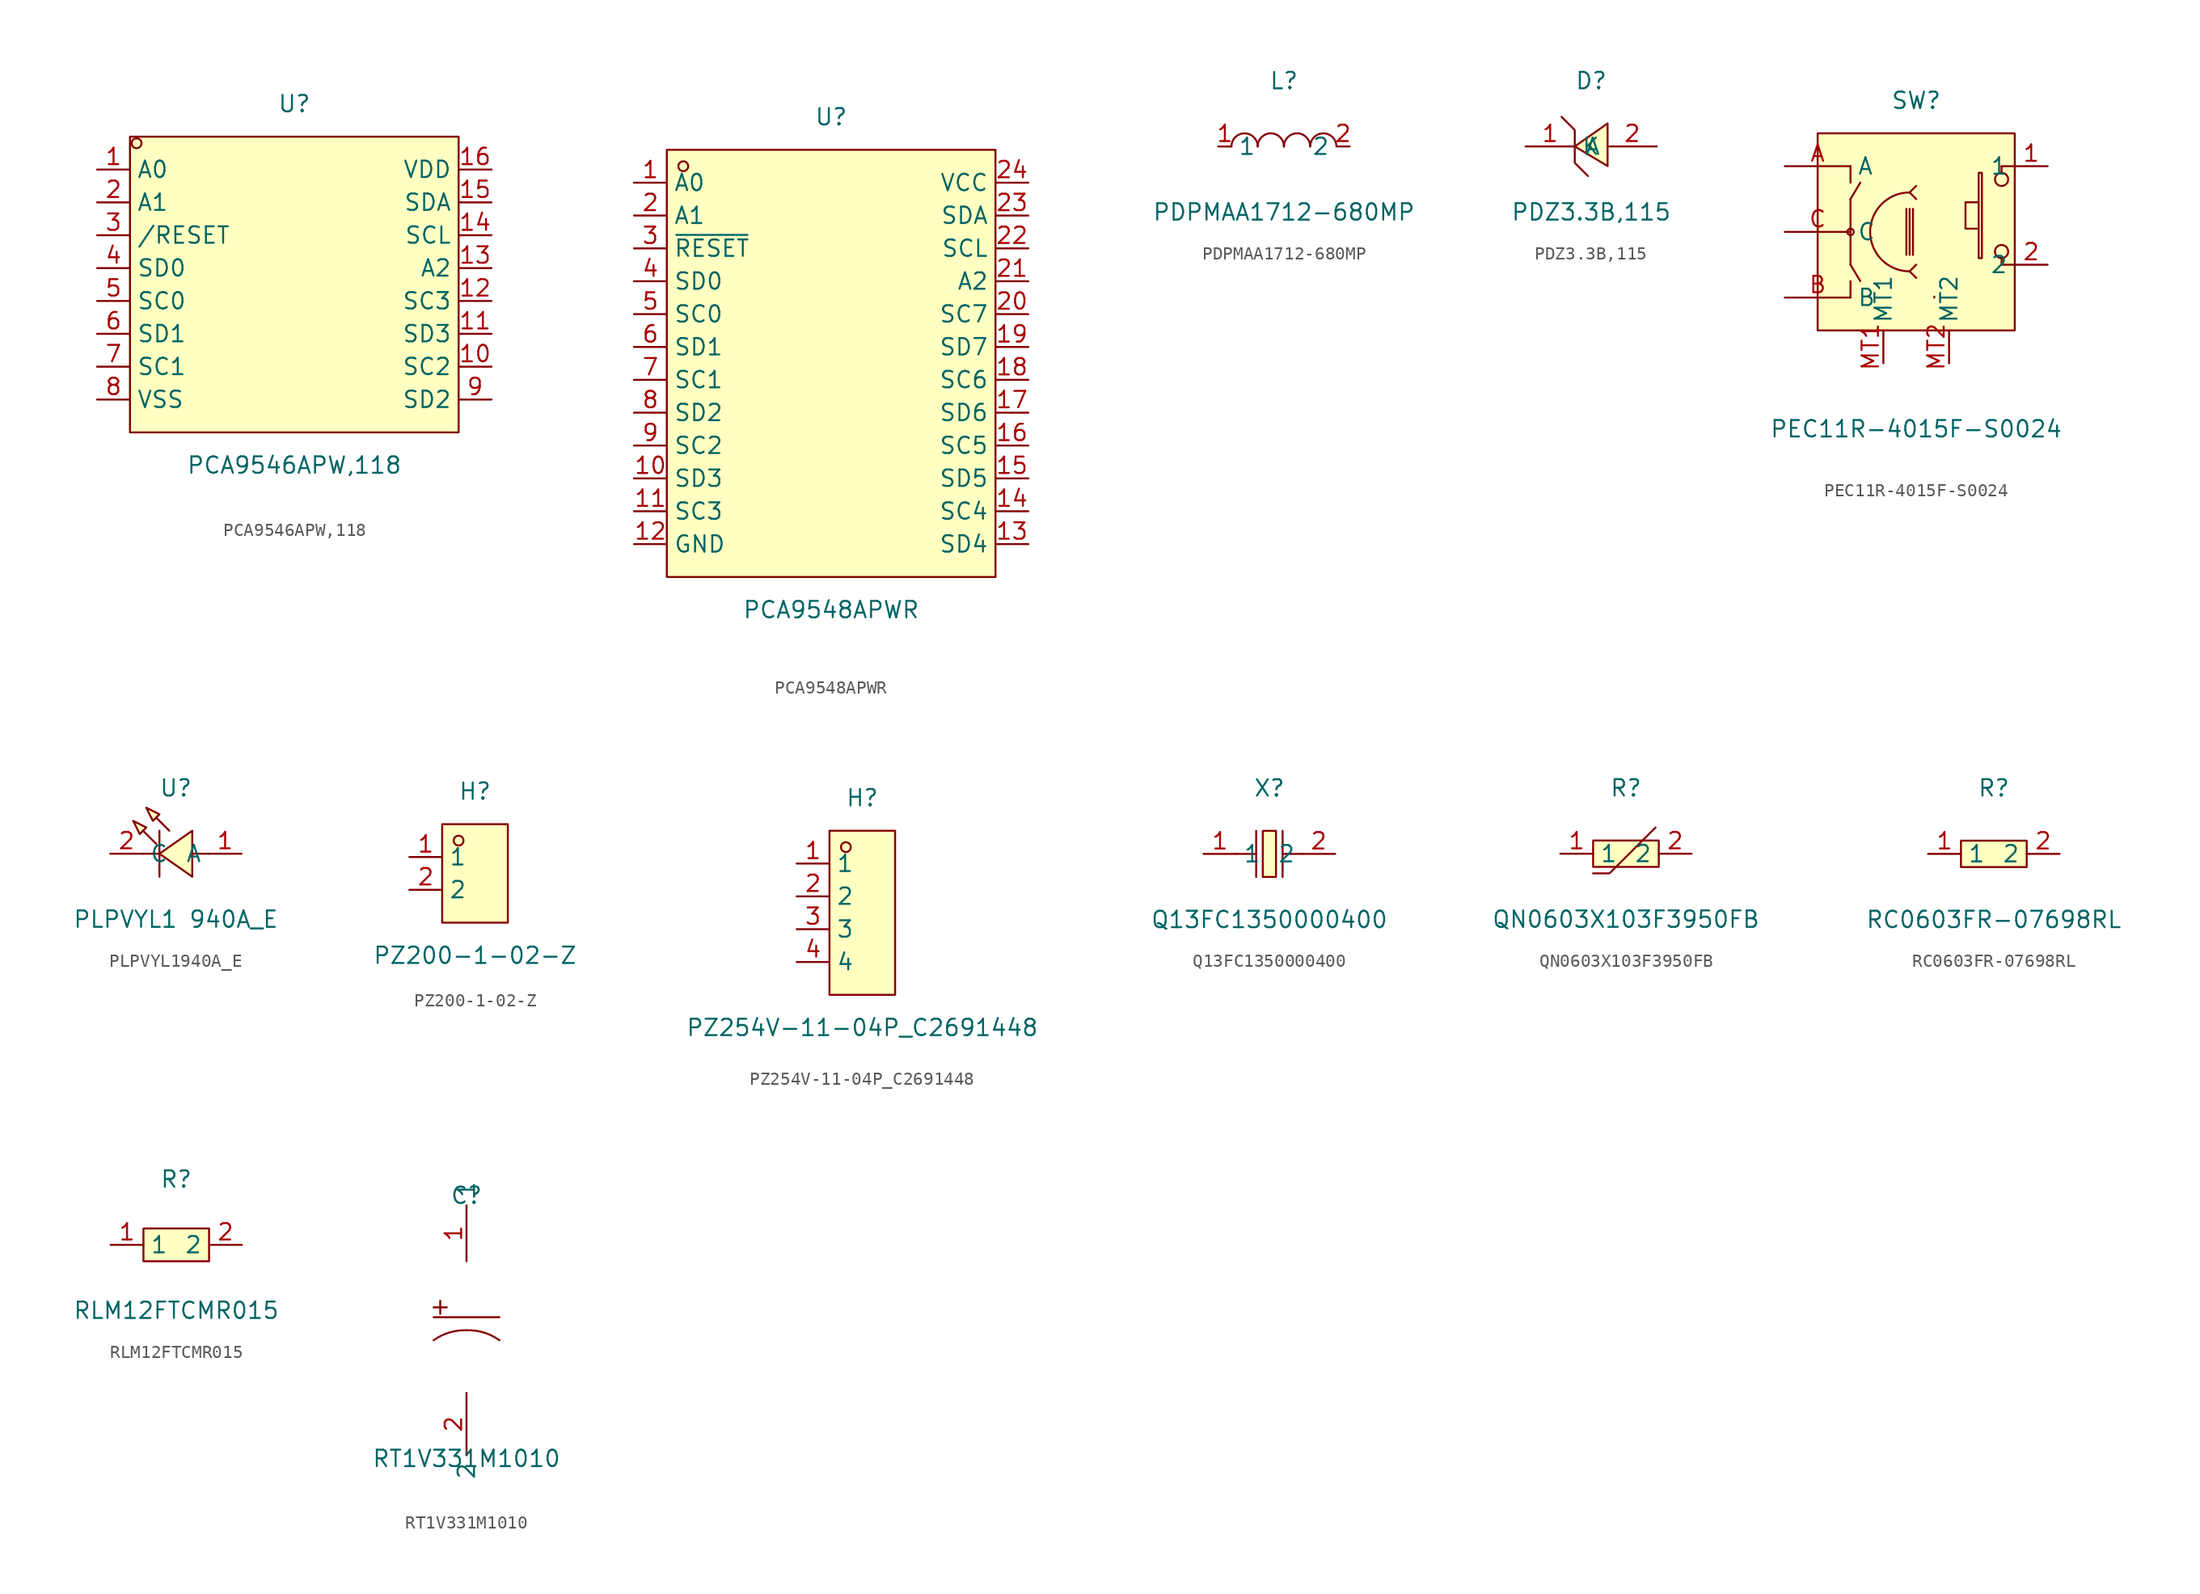
<source format=kicad_sym>
(kicad_symbol_lib
  (version 20231120)
  (generator "kicad_symbol_editor")
  (generator_version "8.0")
  (symbol "PCA9546APW,118"
    (property "Reference" "U"
      (at 0 13.97 0)
      (effects (font (size 1.27 1.27))))
    (property "Value" "PCA9546APW,118"
      (at 0 -13.97 0)
      (effects (font (size 1.27 1.27))))
    (symbol "PCA9546APW,118_0_1"
      (rectangle (start -12.7 11.43) (end 12.7 -11.43) (stroke (width 0) (type default)) (fill (type background)))
      (circle (center -12.19 10.92) (radius 0.38) (stroke (width 0) (type default)) (fill (type none)))
      (pin unspecified line (at -15.24 8.89 0) (length 2.54) (name "A0" (effects (font (size 1.27 1.27)))) (number "1" (effects (font (size 1.27 1.27)))))
      (pin unspecified line (at 15.24 -6.35 180) (length 2.54) (name "SC2" (effects (font (size 1.27 1.27)))) (number "10" (effects (font (size 1.27 1.27)))))
      (pin unspecified line (at 15.24 -3.81 180) (length 2.54) (name "SD3" (effects (font (size 1.27 1.27)))) (number "11" (effects (font (size 1.27 1.27)))))
      (pin unspecified line (at 15.24 -1.27 180) (length 2.54) (name "SC3" (effects (font (size 1.27 1.27)))) (number "12" (effects (font (size 1.27 1.27)))))
      (pin unspecified line (at 15.24 1.27 180) (length 2.54) (name "A2" (effects (font (size 1.27 1.27)))) (number "13" (effects (font (size 1.27 1.27)))))
      (pin unspecified line (at 15.24 3.81 180) (length 2.54) (name "SCL" (effects (font (size 1.27 1.27)))) (number "14" (effects (font (size 1.27 1.27)))))
      (pin unspecified line (at 15.24 6.35 180) (length 2.54) (name "SDA" (effects (font (size 1.27 1.27)))) (number "15" (effects (font (size 1.27 1.27)))))
      (pin unspecified line (at 15.24 8.89 180) (length 2.54) (name "VDD" (effects (font (size 1.27 1.27)))) (number "16" (effects (font (size 1.27 1.27)))))
      (pin unspecified line (at -15.24 6.35 0) (length 2.54) (name "A1" (effects (font (size 1.27 1.27)))) (number "2" (effects (font (size 1.27 1.27)))))
      (pin unspecified line (at -15.24 3.81 0) (length 2.54) (name "/RESET" (effects (font (size 1.27 1.27)))) (number "3" (effects (font (size 1.27 1.27)))))
      (pin unspecified line (at -15.24 1.27 0) (length 2.54) (name "SD0" (effects (font (size 1.27 1.27)))) (number "4" (effects (font (size 1.27 1.27)))))
      (pin unspecified line (at -15.24 -1.27 0) (length 2.54) (name "SC0" (effects (font (size 1.27 1.27)))) (number "5" (effects (font (size 1.27 1.27)))))
      (pin unspecified line (at -15.24 -3.81 0) (length 2.54) (name "SD1" (effects (font (size 1.27 1.27)))) (number "6" (effects (font (size 1.27 1.27)))))
      (pin unspecified line (at -15.24 -6.35 0) (length 2.54) (name "SC1" (effects (font (size 1.27 1.27)))) (number "7" (effects (font (size 1.27 1.27)))))
      (pin unspecified line (at -15.24 -8.89 0) (length 2.54) (name "VSS" (effects (font (size 1.27 1.27)))) (number "8" (effects (font (size 1.27 1.27)))))
      (pin unspecified line (at 15.24 -8.89 180) (length 2.54) (name "SD2" (effects (font (size 1.27 1.27)))) (number "9" (effects (font (size 1.27 1.27)))))))
  (symbol "PCA9548APWR"
    (property "Reference" "U"
      (at 0 17.78 0)
      (effects (font (size 1.27 1.27))))
    (property "Value" "PCA9548APWR"
      (at 0 -20.32 0)
      (effects (font (size 1.27 1.27))))
    (symbol "PCA9548APWR_0_1"
      (rectangle (start -12.7 15.24) (end 12.7 -17.78) (stroke (width 0) (type default)) (fill (type background)))
      (circle (center -11.43 13.97) (radius 0.38) (stroke (width 0) (type default)) (fill (type none)))
      (pin unspecified line (at -15.24 12.7 0) (length 2.54) (name "A0" (effects (font (size 1.27 1.27)))) (number "1" (effects (font (size 1.27 1.27)))))
      (pin unspecified line (at -15.24 -10.16 0) (length 2.54) (name "SD3" (effects (font (size 1.27 1.27)))) (number "10" (effects (font (size 1.27 1.27)))))
      (pin unspecified line (at -15.24 -12.7 0) (length 2.54) (name "SC3" (effects (font (size 1.27 1.27)))) (number "11" (effects (font (size 1.27 1.27)))))
      (pin unspecified line (at -15.24 -15.24 0) (length 2.54) (name "GND" (effects (font (size 1.27 1.27)))) (number "12" (effects (font (size 1.27 1.27)))))
      (pin unspecified line (at 15.24 -15.24 180) (length 2.54) (name "SD4" (effects (font (size 1.27 1.27)))) (number "13" (effects (font (size 1.27 1.27)))))
      (pin unspecified line (at 15.24 -12.7 180) (length 2.54) (name "SC4" (effects (font (size 1.27 1.27)))) (number "14" (effects (font (size 1.27 1.27)))))
      (pin unspecified line (at 15.24 -10.16 180) (length 2.54) (name "SD5" (effects (font (size 1.27 1.27)))) (number "15" (effects (font (size 1.27 1.27)))))
      (pin unspecified line (at 15.24 -7.62 180) (length 2.54) (name "SC5" (effects (font (size 1.27 1.27)))) (number "16" (effects (font (size 1.27 1.27)))))
      (pin unspecified line (at 15.24 -5.08 180) (length 2.54) (name "SD6" (effects (font (size 1.27 1.27)))) (number "17" (effects (font (size 1.27 1.27)))))
      (pin unspecified line (at 15.24 -2.54 180) (length 2.54) (name "SC6" (effects (font (size 1.27 1.27)))) (number "18" (effects (font (size 1.27 1.27)))))
      (pin unspecified line (at 15.24 0 180) (length 2.54) (name "SD7" (effects (font (size 1.27 1.27)))) (number "19" (effects (font (size 1.27 1.27)))))
      (pin unspecified line (at -15.24 10.16 0) (length 2.54) (name "A1" (effects (font (size 1.27 1.27)))) (number "2" (effects (font (size 1.27 1.27)))))
      (pin unspecified line (at 15.24 2.54 180) (length 2.54) (name "SC7" (effects (font (size 1.27 1.27)))) (number "20" (effects (font (size 1.27 1.27)))))
      (pin unspecified line (at 15.24 5.08 180) (length 2.54) (name "A2" (effects (font (size 1.27 1.27)))) (number "21" (effects (font (size 1.27 1.27)))))
      (pin unspecified line (at 15.24 7.62 180) (length 2.54) (name "SCL" (effects (font (size 1.27 1.27)))) (number "22" (effects (font (size 1.27 1.27)))))
      (pin unspecified line (at 15.24 10.16 180) (length 2.54) (name "SDA" (effects (font (size 1.27 1.27)))) (number "23" (effects (font (size 1.27 1.27)))))
      (pin unspecified line (at 15.24 12.7 180) (length 2.54) (name "VCC" (effects (font (size 1.27 1.27)))) (number "24" (effects (font (size 1.27 1.27)))))
      (pin unspecified line (at -15.24 7.62 0) (length 2.54) (name "~{RESET}" (effects (font (size 1.27 1.27)))) (number "3" (effects (font (size 1.27 1.27)))))
      (pin unspecified line (at -15.24 5.08 0) (length 2.54) (name "SD0" (effects (font (size 1.27 1.27)))) (number "4" (effects (font (size 1.27 1.27)))))
      (pin unspecified line (at -15.24 2.54 0) (length 2.54) (name "SC0" (effects (font (size 1.27 1.27)))) (number "5" (effects (font (size 1.27 1.27)))))
      (pin unspecified line (at -15.24 0 0) (length 2.54) (name "SD1" (effects (font (size 1.27 1.27)))) (number "6" (effects (font (size 1.27 1.27)))))
      (pin unspecified line (at -15.24 -2.54 0) (length 2.54) (name "SC1" (effects (font (size 1.27 1.27)))) (number "7" (effects (font (size 1.27 1.27)))))
      (pin unspecified line (at -15.24 -5.08 0) (length 2.54) (name "SD2" (effects (font (size 1.27 1.27)))) (number "8" (effects (font (size 1.27 1.27)))))
      (pin unspecified line (at -15.24 -7.62 0) (length 2.54) (name "SC2" (effects (font (size 1.27 1.27)))) (number "9" (effects (font (size 1.27 1.27)))))))
  (symbol "PDPMAA1712-680MP"
    (property "Reference" "L"
      (at 0 5.08 0)
      (effects (font (size 1.27 1.27))))
    (property "Value" "PDPMAA1712-680MP"
      (at 0 -5.08 0)
      (effects (font (size 1.27 1.27))))
    (symbol "PDPMAA1712-680MP_0_1"
      (arc (start -4.06 -0.01) (mid -2.83 0.99) (end -2.03 0.01) (stroke (width 0) (type default) (color 0 0 0 0)) (fill (type none)))
      (arc (start -2.03 -0.01) (mid -0.80 0.99) (end 0.00 0.01) (stroke (width 0) (type default) (color 0 0 0 0)) (fill (type none)))
      (arc (start 2.03 -0.01) (mid 3.26 0.99) (end 4.06 0.01) (stroke (width 0) (type default) (color 0 0 0 0)) (fill (type none)))
      (arc (start 0.00 -0.01) (mid 1.23 0.99) (end 2.03 0.01) (stroke (width 0) (type default) (color 0 0 0 0)) (fill (type none)))
      (pin unspecified line (at 5.08 -0.00 180) (length 1.016) (name "2" (effects (font (size 1.27 1.27)))) (number "2" (effects (font (size 1.27 1.27)))))
      (pin unspecified line (at -5.08 -0.00 0) (length 1.016) (name "1" (effects (font (size 1.27 1.27)))) (number "1" (effects (font (size 1.27 1.27)))))))
  (symbol "PDZ3.3B,115"
    (property "Reference" "D"
      (at 0 5.08 0)
      (effects (font (size 1.27 1.27))))
    (property "Value" "PDZ3.3B,115"
      (at 0 -5.08 0)
      (effects (font (size 1.27 1.27))))
    (symbol "PDZ3.3B,115_0_1"
      (polyline (pts (xy -2.29 2.29) (xy -1.27 1.27) (xy -1.27 -1.27) (xy -0.25 -2.29)) (stroke (width 0) (type default)) (fill (type none)))
      (polyline (pts (xy 1.27 -1.52) (xy -1.27 0) (xy 1.27 1.78) (xy 1.27 -1.52)) (stroke (width 0) (type default)) (fill (type background)))
      (pin unspecified line (at -5.08 0 0) (length 3.81) (name "K" (effects (font (size 1.27 1.27)))) (number "1" (effects (font (size 1.27 1.27)))))
      (pin unspecified line (at 5.08 0 180) (length 3.81) (name "A" (effects (font (size 1.27 1.27)))) (number "2" (effects (font (size 1.27 1.27)))))))
  (symbol "PEC11R-4015F-S0024"
    (property "Reference" "SW"
      (at 0 12.7 0)
      (effects (font (size 1.27 1.27))))
    (property "Value" "PEC11R-4015F-S0024"
      (at 0 -12.7 0)
      (effects (font (size 1.27 1.27))))
    (symbol "PEC11R-4015F-S0024_0_1"
      (rectangle (start -7.62 10.16) (end 7.62 -5.08) (stroke (width 0) (type default)) (fill (type background)))
      (circle (center -5.08 2.54) (radius 0.25) (stroke (width 0) (type default)) (fill (type none)))
      (arc (start -0.51 5.59) (mid -3.557 2.54) (end -0.51 -0.51) (stroke (width 0) (type default)) (fill (type none)))
      (polyline (pts (xy -5.08 -2.54) (xy -5.08 -1.27)) (stroke (width 0) (type default)) (fill (type none)))
      (polyline (pts (xy -5.08 0) (xy -4.32 -1.27)) (stroke (width 0) (type default)) (fill (type none)))
      (polyline (pts (xy -5.08 2.54) (xy -5.08 0)) (stroke (width 0) (type default)) (fill (type none)))
      (polyline (pts (xy -5.08 2.54) (xy -5.08 5.08)) (stroke (width 0) (type default)) (fill (type none)))
      (polyline (pts (xy -5.08 5.08) (xy -4.32 6.35)) (stroke (width 0) (type default)) (fill (type none)))
      (polyline (pts (xy -5.08 6.35) (xy -5.08 7.62)) (stroke (width 0) (type default)) (fill (type none)))
      (polyline (pts (xy -0.76 0.76) (xy -0.76 4.32)) (stroke (width 0) (type default)) (fill (type none)))
      (polyline (pts (xy -0.51 -0.51) (xy 0 -1.02)) (stroke (width 0) (type default)) (fill (type none)))
      (polyline (pts (xy -0.51 -0.51) (xy 0 0)) (stroke (width 0) (type default)) (fill (type none)))
      (polyline (pts (xy -0.51 0.76) (xy -0.51 4.32)) (stroke (width 0) (type default)) (fill (type none)))
      (polyline (pts (xy -0.51 5.59) (xy 0 5.08)) (stroke (width 0) (type default)) (fill (type none)))
      (polyline (pts (xy -0.25 4.32) (xy -0.25 0.76)) (stroke (width 0) (type default)) (fill (type none)))
      (polyline (pts (xy 0 6.1) (xy -0.51 5.59)) (stroke (width 0) (type default)) (fill (type none)))
      (polyline (pts (xy 6.6 0) (xy 6.6 0.51)) (stroke (width 0) (type default)) (fill (type none)))
      (polyline (pts (xy 6.6 7.11) (xy 6.6 7.62)) (stroke (width 0) (type default)) (fill (type none)))
      (polyline (pts (xy 7.62 0) (xy 6.6 0)) (stroke (width 0) (type default)) (fill (type none)))
      (polyline (pts (xy 7.62 7.62) (xy 6.6 7.62)) (stroke (width 0) (type default)) (fill (type none)))
      (polyline (pts (xy 4.83 2.79) (xy 3.81 2.79) (xy 3.81 4.83) (xy 4.83 4.83)) (stroke (width 0) (type default)) (fill (type none)))
      (arc (start 1.4 -2.46) (mid 1.3996 -2.5) (end 1.4 -2.54) (stroke (width 0) (type default)) (fill (type none)))
      (rectangle (start 4.83 7.11) (end 5.08 0.51) (stroke (width 0) (type default)) (fill (type background)))
      (circle (center 6.6 1.02) (radius 0.51) (stroke (width 0) (type default)) (fill (type none)))
      (circle (center 6.6 6.6) (radius 0.51) (stroke (width 0) (type default)) (fill (type none)))
      (pin unspecified line (at 10.16 7.62 180) (length 2.54) (name "1" (effects (font (size 1.27 1.27)))) (number "1" (effects (font (size 1.27 1.27)))))
      (pin unspecified line (at 10.16 0 180) (length 2.54) (name "2" (effects (font (size 1.27 1.27)))) (number "2" (effects (font (size 1.27 1.27)))))
      (pin unspecified line (at -10.16 7.62 0) (length 5.08) (name "A" (effects (font (size 1.27 1.27)))) (number "A" (effects (font (size 1.27 1.27)))))
      (pin unspecified line (at -10.16 -2.54 0) (length 5.08) (name "B" (effects (font (size 1.27 1.27)))) (number "B" (effects (font (size 1.27 1.27)))))
      (pin unspecified line (at -10.16 2.54 0) (length 5.08) (name "C" (effects (font (size 1.27 1.27)))) (number "C" (effects (font (size 1.27 1.27)))))
      (pin unspecified line (at -2.54 -7.62 90) (length 2.54) (name "MT1" (effects (font (size 1.27 1.27)))) (number "MT1" (effects (font (size 1.27 1.27)))))
      (pin unspecified line (at 2.54 -7.62 90) (length 2.54) (name "MT2" (effects (font (size 1.27 1.27)))) (number "MT2" (effects (font (size 1.27 1.27)))))))
  (symbol "PLPVYL1940A_E"
    (property "Reference" "U"
      (at 0 5.08 0)
      (effects (font (size 1.27 1.27))))
    (property "Value" "PLPVYL1 940A_E"
      (at 0 -5.08 0)
      (effects (font (size 1.27 1.27))))
    (symbol "PLPVYL1940A_E_0_1"
      (polyline (pts (xy -1.27 0) (xy -2.54 0)) (stroke (width 0) (type default)) (fill (type none)))
      (polyline (pts (xy -1.27 1.78) (xy -1.27 -1.78)) (stroke (width 0) (type default)) (fill (type none)))
      (polyline (pts (xy 2.54 0) (xy 1.27 0)) (stroke (width 0) (type default)) (fill (type none)))
      (polyline (pts (xy -1.52 0.76) (xy -2.54 1.78) (xy -1.52 0.76)) (stroke (width 0) (type default)) (fill (type background)))
      (polyline (pts (xy -0.51 1.78) (xy -1.52 2.79) (xy -0.51 1.78)) (stroke (width 0) (type default)) (fill (type background)))
      (polyline (pts (xy -3.3 2.54) (xy -2.29 2.03) (xy -2.79 1.52) (xy -3.3 2.54)) (stroke (width 0) (type default)) (fill (type background)))
      (polyline (pts (xy -2.29 3.56) (xy -1.27 3.05) (xy -1.78 2.54) (xy -2.29 3.56)) (stroke (width 0) (type default)) (fill (type background)))
      (polyline (pts (xy 1.27 1.78) (xy -1.27 0) (xy 1.27 -1.78) (xy 1.27 1.78)) (stroke (width 0) (type default)) (fill (type background)))
      (pin unspecified line (at 5.08 0 180) (length 2.54) (name "A" (effects (font (size 1.27 1.27)))) (number "1" (effects (font (size 1.27 1.27)))))
      (pin unspecified line (at -5.08 0 0) (length 2.54) (name "C" (effects (font (size 1.27 1.27)))) (number "2" (effects (font (size 1.27 1.27)))))))
  (symbol "PZ200-1-02-Z"
    (property "Reference" "H"
      (at 0 6.35 0)
      (effects (font (size 1.27 1.27))))
    (property "Value" "PZ200-1-02-Z"
      (at 0 -6.35 0)
      (effects (font (size 1.27 1.27))))
    (symbol "PZ200-1-02-Z_0_1"
      (rectangle (start -2.54 3.81) (end 2.54 -3.81) (stroke (width 0) (type default)) (fill (type background)))
      (circle (center -1.27 2.54) (radius 0.38) (stroke (width 0) (type default)) (fill (type none)))
      (pin unspecified line (at -5.08 1.27 0) (length 2.54) (name "1" (effects (font (size 1.27 1.27)))) (number "1" (effects (font (size 1.27 1.27)))))
      (pin unspecified line (at -5.08 -1.27 0) (length 2.54) (name "2" (effects (font (size 1.27 1.27)))) (number "2" (effects (font (size 1.27 1.27)))))))
  (symbol "PZ254V-11-04P_C2691448"
    (property "Reference" "H"
      (at 0 8.89 0)
      (effects (font (size 1.27 1.27))))
    (property "Value" "PZ254V-11-04P_C2691448"
      (at 0 -8.89 0)
      (effects (font (size 1.27 1.27))))
    (symbol "PZ254V-11-04P_C2691448_0_1"
      (rectangle (start -2.54 6.35) (end 2.54 -6.35) (stroke (width 0) (type default)) (fill (type background)))
      (circle (center -1.27 5.08) (radius 0.38) (stroke (width 0) (type default)) (fill (type none)))
      (pin unspecified line (at -5.08 3.81 0) (length 2.54) (name "1" (effects (font (size 1.27 1.27)))) (number "1" (effects (font (size 1.27 1.27)))))
      (pin unspecified line (at -5.08 1.27 0) (length 2.54) (name "2" (effects (font (size 1.27 1.27)))) (number "2" (effects (font (size 1.27 1.27)))))
      (pin unspecified line (at -5.08 -1.27 0) (length 2.54) (name "3" (effects (font (size 1.27 1.27)))) (number "3" (effects (font (size 1.27 1.27)))))
      (pin unspecified line (at -5.08 -3.81 0) (length 2.54) (name "4" (effects (font (size 1.27 1.27)))) (number "4" (effects (font (size 1.27 1.27)))))))
  (symbol "Q13FC1350000400"
    (property "Reference" "X"
      (at 0 5.08 0)
      (effects (font (size 1.27 1.27))))
    (property "Value" "Q13FC1350000400"
      (at 0 -5.08 0)
      (effects (font (size 1.27 1.27))))
    (symbol "Q13FC1350000400_0_1"
      (rectangle (start -0.51 1.78) (end 0.51 -1.78) (stroke (width 0) (type default)) (fill (type background)))
      (polyline (pts (xy -2.54 0) (xy -1.02 0)) (stroke (width 0) (type default)) (fill (type none)))
      (polyline (pts (xy -1.02 1.78) (xy -1.02 -1.78)) (stroke (width 0) (type default)) (fill (type none)))
      (polyline (pts (xy 1.02 0) (xy 2.54 0)) (stroke (width 0) (type default)) (fill (type none)))
      (polyline (pts (xy 1.02 1.78) (xy 1.02 -1.78)) (stroke (width 0) (type default)) (fill (type none)))
      (pin unspecified line (at -5.08 0 0) (length 2.54) (name "1" (effects (font (size 1.27 1.27)))) (number "1" (effects (font (size 1.27 1.27)))))
      (pin unspecified line (at 5.08 0 180) (length 2.54) (name "2" (effects (font (size 1.27 1.27)))) (number "2" (effects (font (size 1.27 1.27)))))))
  (symbol "QN0603X103F3950FB"
    (property "Reference" "R"
      (at 0 5.08 0)
      (effects (font (size 1.27 1.27))))
    (property "Value" "QN0603X103F3950FB"
      (at 0 -5.08 0)
      (effects (font (size 1.27 1.27))))
    (symbol "QN0603X103F3950FB_0_1"
      (rectangle (start -2.54 1.02) (end 2.54 -1.02) (stroke (width 0) (type default)) (fill (type background)))
      (polyline (pts (xy -2.54 -1.52) (xy -1.27 -1.52) (xy 2.29 2.03)) (stroke (width 0) (type default)) (fill (type none)))
      (pin input line (at -5.08 0 0) (length 2.54) (name "1" (effects (font (size 1.27 1.27)))) (number "1" (effects (font (size 1.27 1.27)))))
      (pin input line (at 5.08 0 180) (length 2.54) (name "2" (effects (font (size 1.27 1.27)))) (number "2" (effects (font (size 1.27 1.27)))))))
  (symbol "RC0603FR-07698RL"
    (property "Reference" "R"
      (at 0 5.08 0)
      (effects (font (size 1.27 1.27))))
    (property "Value" "RC0603FR-07698RL"
      (at 0 -5.08 0)
      (effects (font (size 1.27 1.27))))
    (symbol "RC0603FR-07698RL_0_1"
      (rectangle (start -2.54 1.02) (end 2.54 -1.02) (stroke (width 0) (type default) (color 0 0 0 0)) (fill (type background)))
      (pin unspecified line (at 5.08 -0.00 180) (length 2.54) (name "2" (effects (font (size 1.27 1.27)))) (number "2" (effects (font (size 1.27 1.27)))))
      (pin unspecified line (at -5.08 -0.00 0) (length 2.54) (name "1" (effects (font (size 1.27 1.27)))) (number "1" (effects (font (size 1.27 1.27)))))))
  (symbol "RLM12FTCMR015"
    (property "Reference" "R"
      (at 0 5.08 0)
      (effects (font (size 1.27 1.27))))
    (property "Value" "RLM12FTCMR015"
      (at 0 -5.08 0)
      (effects (font (size 1.27 1.27))))
    (symbol "RLM12FTCMR015_0_1"
      (rectangle (start -2.54 1.27) (end 2.54 -1.27) (stroke (width 0) (type default)) (fill (type background)))
      (pin unspecified line (at -5.08 0 0) (length 2.54) (name "1" (effects (font (size 1.27 1.27)))) (number "1" (effects (font (size 1.27 1.27)))))
      (pin unspecified line (at 5.08 0 180) (length 2.54) (name "2" (effects (font (size 1.27 1.27)))) (number "2" (effects (font (size 1.27 1.27)))))))
  (symbol "RT1V331M1010"
    (property "Reference" "C"
      (at 0 10.16 0)
      (effects (font (size 1.27 1.27))))
    (property "Value" "RT1V331M1010"
      (at 0 -10.16 0)
      (effects (font (size 1.27 1.27))))
    (symbol "RT1V331M1010_0_1"
      (rectangle (start -2.54 1.52) (end -1.52 1.52) (stroke (width 0) (type default)) (fill (type background)))
      (rectangle (start -2.03 2.03) (end -2.03 1.02) (stroke (width 0) (type default)) (fill (type background)))
      (arc (start 0 -0.25) (mid -1.3336 -0.4253) (end -2.54 -1.02) (stroke (width 0) (type default)) (fill (type none)))
      (polyline (pts (xy -2.54 0.76) (xy 2.54 0.76)) (stroke (width 0) (type default)) (fill (type none)))
      (arc (start 2.54 -1.02) (mid 1.334 -0.4238) (end 0 -0.25) (stroke (width 0) (type default)) (fill (type none)))
      (pin unspecified line (at 0 5.08 90) (length 4.318) (name "1" (effects (font (size 1.27 1.27)))) (number "1" (effects (font (size 1.27 1.27)))))
      (pin unspecified line (at 0 -5.08 270) (length 4.826) (name "2" (effects (font (size 1.27 1.27)))) (number "2" (effects (font (size 1.27 1.27))))))))
</source>
